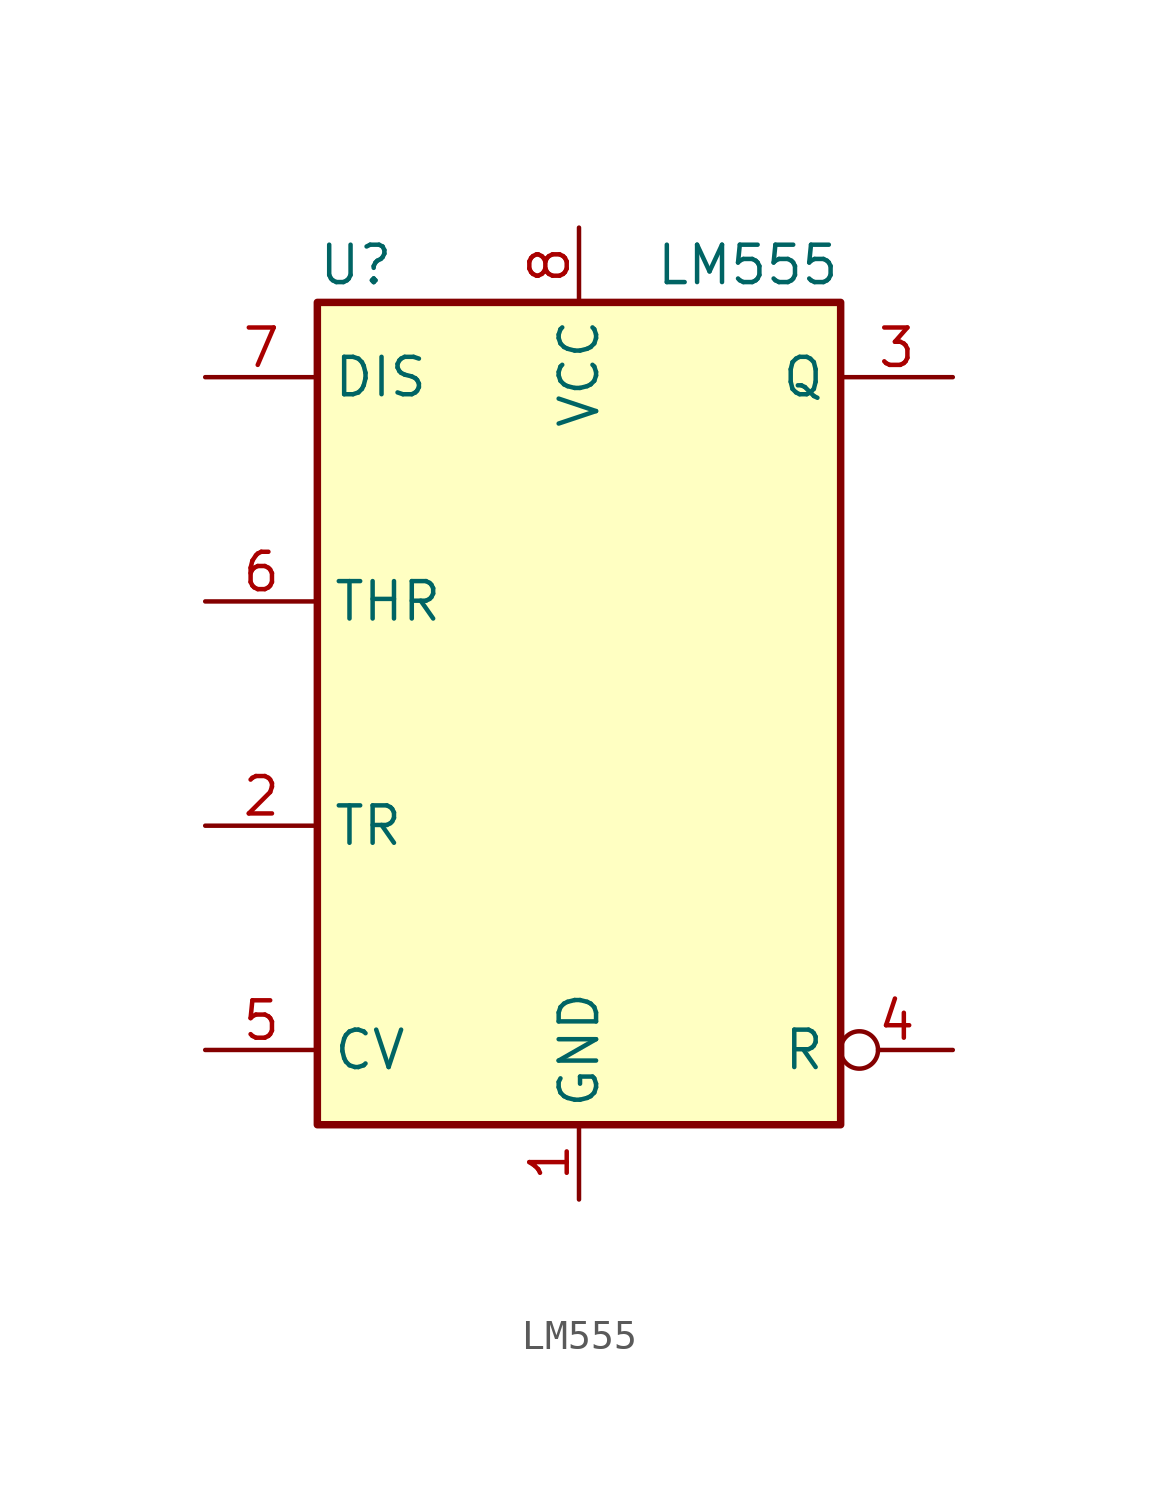
<source format=kicad_sym>
(kicad_symbol_lib
  (version 20241209)
  (generator "kicad_symbol_editor")
  (generator_version "9.0")
  (symbol "LM555"
    (property "Reference" "U"
      (at -8.89 15.24 0)
      (effects (font (size 1.27 1.27)) (justify left)))
    (property "Value" "LM555"
      (at 8.89 15.24 0)
      (effects (font (size 1.27 1.27)) (justify right)))
    (symbol "LM555_0_0"
      (pin power_in line (at 0 16.51 270) (length 2.54) (name "VCC" (effects (font (size 1.27 1.27)))) (number "8" (effects (font (size 1.27 1.27)))))
      (pin power_in line (at 0 -16.51 90) (length 2.54) (name "GND" (effects (font (size 1.27 1.27)))) (number "1" (effects (font (size 1.27 1.27))))))
    (symbol "LM555_0_1"
      (rectangle (start -8.89 13.97) (end 8.89 -13.97) (stroke (width 0.254) (type default)) (fill (type background))))
    (symbol "LM555_1_1"
      (pin input line (at -12.7 11.43 0) (length 3.81) (name "DIS" (effects (font (size 1.27 1.27)))) (number "7" (effects (font (size 1.27 1.27)))))
      (pin input line (at -12.7 3.81 0) (length 3.81) (name "THR" (effects (font (size 1.27 1.27)))) (number "6" (effects (font (size 1.27 1.27)))))
      (pin input line (at -12.7 -3.81 0) (length 3.81) (name "TR" (effects (font (size 1.27 1.27)))) (number "2" (effects (font (size 1.27 1.27)))))
      (pin input line (at -12.7 -11.43 0) (length 3.81) (name "CV" (effects (font (size 1.27 1.27)))) (number "5" (effects (font (size 1.27 1.27)))))
      (pin output line (at 12.7 11.43 180) (length 3.81) (name "Q" (effects (font (size 1.27 1.27)))) (number "3" (effects (font (size 1.27 1.27)))))
      (pin input inverted (at 12.7 -11.43 180) (length 3.81) (name "R" (effects (font (size 1.27 1.27)))) (number "4" (effects (font (size 1.27 1.27))))))))
</source>
